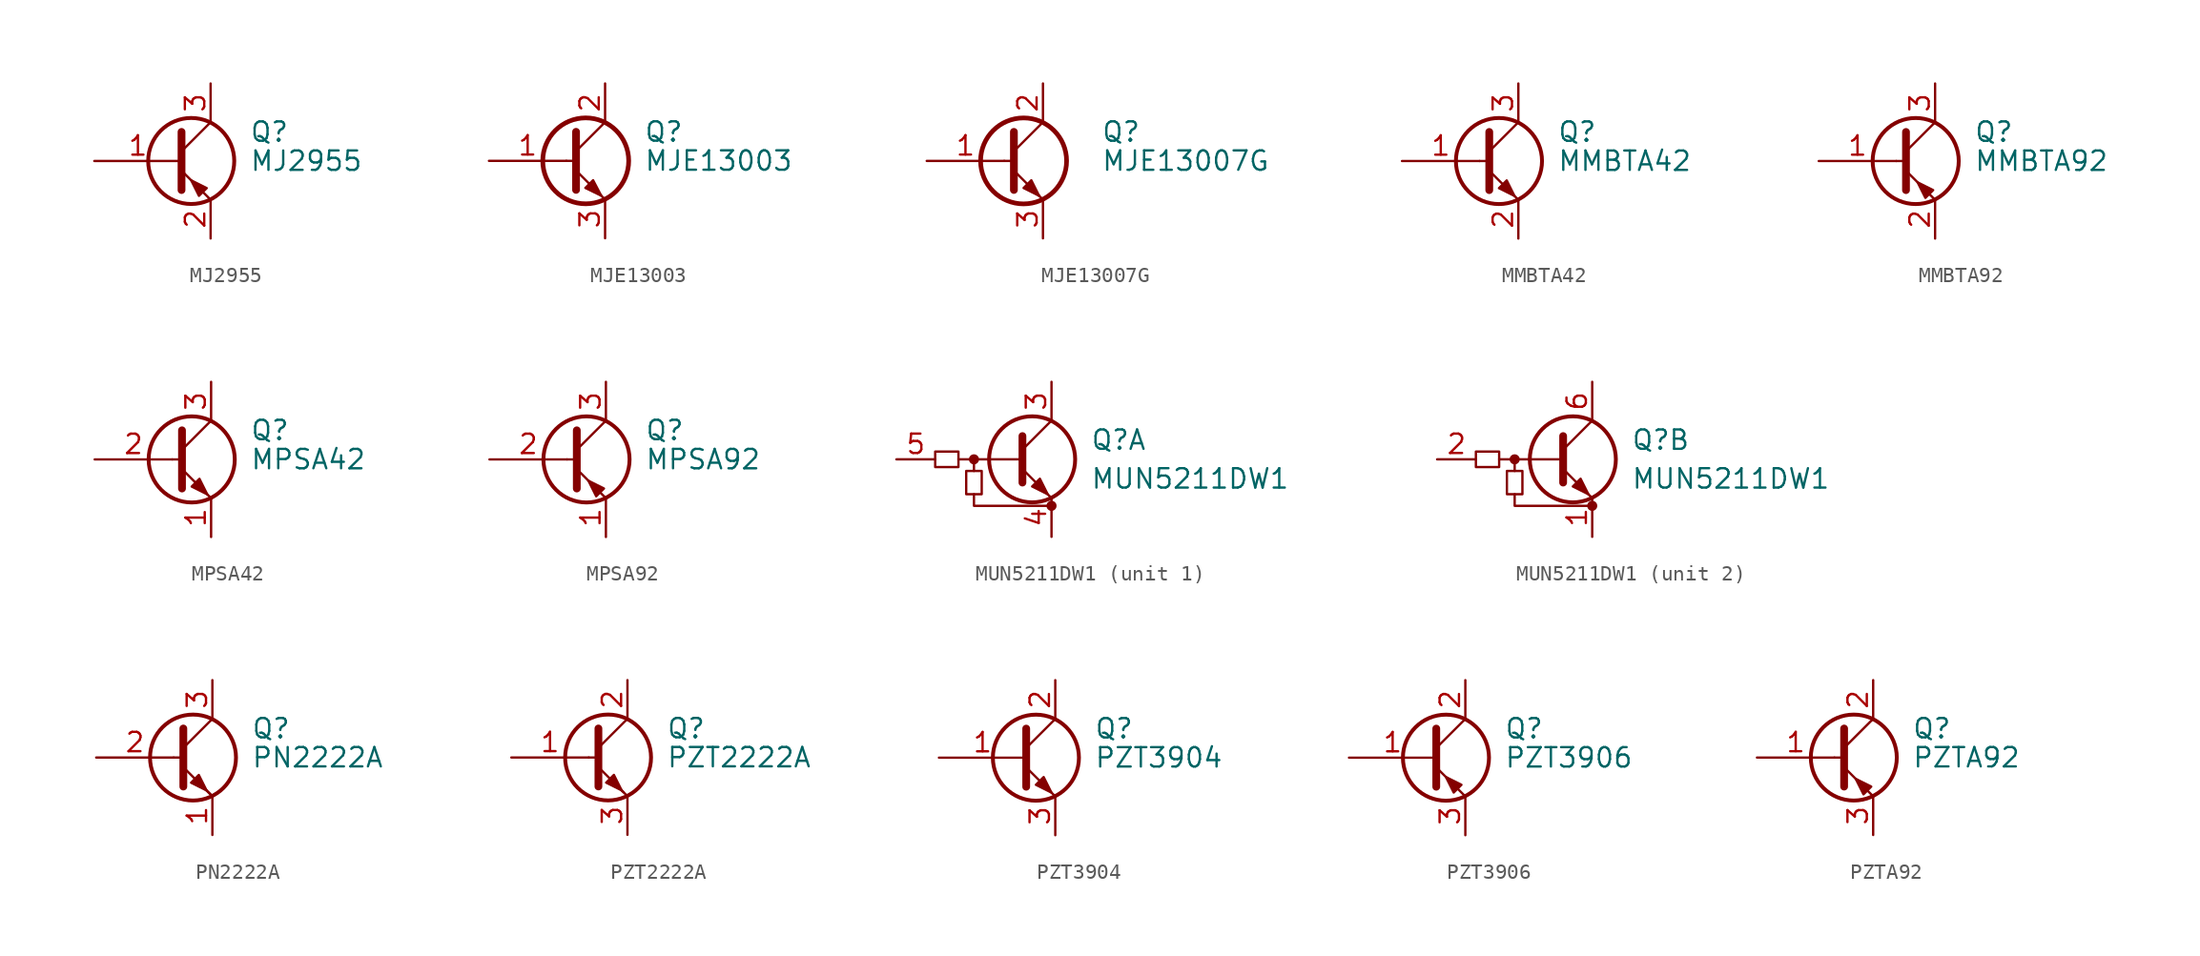
<source format=kicad_sym>
(kicad_symbol_lib
  (version 20201005)
  (generator kicad_symbol_editor)
  (symbol "Transistor_BJT:MJ2955"
    (pin_names
      (offset 0) hide)
    (property "Reference" "Q"
      (at 5.08 1.905 0)
      (effects (font (size 1.27 1.27)) (justify left)))
    (property "Value" "MJ2955"
      (at 5.08 0 0)
      (effects (font (size 1.27 1.27)) (justify left)))
    (symbol "MJ2955_0_1"
      (circle (center 1.27 0) (radius 2.819) (stroke (width 0.254)) (fill (type none)))
      (polyline (pts (xy 0.635 0.635) (xy 2.54 2.54)) (stroke (width 0)) (fill (type none)))
      (polyline (pts (xy 0.635 -0.635) (xy 2.54 -2.54) (xy 2.54 -2.54)) (stroke (width 0)) (fill (type none)))
      (polyline (pts (xy 0.635 1.905) (xy 0.635 -1.905) (xy 0.635 -1.905)) (stroke (width 0.508)) (fill (type none)))
      (polyline (pts (xy 2.286 -1.778) (xy 1.778 -2.286) (xy 1.27 -1.27) (xy 2.286 -1.778) (xy 2.286 -1.778)) (stroke (width 0)) (fill (type outline))))
    (symbol "MJ2955_1_1"
      (pin input line (at -5.08 0 0) (length 5.715) (name "B" (effects (font (size 1.27 1.27)))) (number "1" (effects (font (size 1.27 1.27)))))
      (pin passive line (at 2.54 -5.08 90) (length 2.54) (name "E" (effects (font (size 1.27 1.27)))) (number "2" (effects (font (size 1.27 1.27)))))
      (pin passive line (at 2.54 5.08 270) (length 2.54) (name "C" (effects (font (size 1.27 1.27)))) (number "3" (effects (font (size 1.27 1.27)))))))
  (symbol "Transistor_BJT:MJE13003"
    (pin_names
      (offset 0) hide)
    (property "Reference" "Q"
      (at 5.08 1.905 0)
      (effects (font (size 1.27 1.27)) (justify left)))
    (property "Value" "MJE13003"
      (at 5.08 0 0)
      (effects (font (size 1.27 1.27)) (justify left)))
    (symbol "MJE13003_0_1"
      (circle (center 1.27 0) (radius 2.819) (stroke (width 0.305)) (fill (type none)))
      (polyline (pts (xy 0 0) (xy 0.635 0)) (stroke (width 0)) (fill (type none)))
      (polyline (pts (xy 2.54 -2.54) (xy 0.635 -0.635)) (stroke (width 0)) (fill (type none)))
      (polyline (pts (xy 2.54 2.54) (xy 0.635 0.635)) (stroke (width 0)) (fill (type none)))
      (polyline (pts (xy 0.635 1.905) (xy 0.635 -1.905) (xy 0.635 -1.905)) (stroke (width 0.508)) (fill (type outline)))
      (polyline (pts (xy 1.245 -1.778) (xy 1.753 -1.27) (xy 2.286 -2.286) (xy 1.245 -1.778) (xy 1.245 -1.778)) (stroke (width 0)) (fill (type outline))))
    (symbol "MJE13003_1_1"
      (pin input line (at -5.08 0 0) (length 5.08) (name "B" (effects (font (size 1.27 1.27)))) (number "1" (effects (font (size 1.27 1.27)))))
      (pin passive line (at 2.54 5.08 270) (length 2.54) (name "C" (effects (font (size 1.27 1.27)))) (number "2" (effects (font (size 1.27 1.27)))))
      (pin passive line (at 2.54 -5.08 90) (length 2.54) (name "E" (effects (font (size 1.27 1.27)))) (number "3" (effects (font (size 1.27 1.27)))))))
  (symbol "Transistor_BJT:MJE13007G"
    (pin_names
      (offset 0) hide)
    (property "Reference" "Q"
      (at 6.35 1.905 0)
      (effects (font (size 1.27 1.27)) (justify left)))
    (property "Value" "MJE13007G"
      (at 6.35 0 0)
      (effects (font (size 1.27 1.27)) (justify left)))
    (symbol "MJE13007G_0_1"
      (circle (center 1.27 0) (radius 2.819) (stroke (width 0.305)) (fill (type none)))
      (polyline (pts (xy 0 0) (xy 0.635 0)) (stroke (width 0)) (fill (type none)))
      (polyline (pts (xy 2.54 2.54) (xy 0.635 0.635)) (stroke (width 0)) (fill (type none)))
      (polyline (pts (xy 0.635 1.905) (xy 0.635 -1.905) (xy 0.635 -1.905)) (stroke (width 0.508)) (fill (type none)))
      (polyline (pts (xy 2.286 -2.286) (xy 1.778 -1.778) (xy 1.778 -1.778)) (stroke (width 0)) (fill (type none)))
      (polyline (pts (xy 2.54 -2.54) (xy 0.635 -0.635) (xy 1.27 -1.27)) (stroke (width 0)) (fill (type outline)))
      (polyline (pts (xy 1.27 -1.778) (xy 1.778 -1.27) (xy 2.286 -2.286) (xy 1.27 -1.778) (xy 1.27 -1.778)) (stroke (width 0)) (fill (type outline))))
    (symbol "MJE13007G_1_1"
      (pin input line (at -5.08 0 0) (length 5.08) (name "B" (effects (font (size 1.27 1.27)))) (number "1" (effects (font (size 1.27 1.27)))))
      (pin passive line (at 2.54 5.08 270) (length 2.54) (name "C" (effects (font (size 1.27 1.27)))) (number "2" (effects (font (size 1.27 1.27)))))
      (pin passive line (at 2.54 -5.08 90) (length 2.54) (name "E" (effects (font (size 1.27 1.27)))) (number "3" (effects (font (size 1.27 1.27)))))))
  (symbol "Transistor_BJT:MMBTA42"
    (pin_names
      (offset 0) hide)
    (property "Reference" "Q"
      (at 5.08 1.905 0)
      (effects (font (size 1.27 1.27)) (justify left)))
    (property "Value" "MMBTA42"
      (at 5.08 0 0)
      (effects (font (size 1.27 1.27)) (justify left)))
    (symbol "MMBTA42_0_1"
      (circle (center 1.27 0) (radius 2.819) (stroke (width 0.254)) (fill (type none)))
      (polyline (pts (xy 0 0) (xy 0.635 0)) (stroke (width 0)) (fill (type none)))
      (polyline (pts (xy 0.635 0.635) (xy 2.54 2.54)) (stroke (width 0)) (fill (type none)))
      (polyline (pts (xy 0.635 -0.635) (xy 2.54 -2.54) (xy 2.54 -2.54)) (stroke (width 0)) (fill (type none)))
      (polyline (pts (xy 0.635 1.905) (xy 0.635 -1.905) (xy 0.635 -1.905)) (stroke (width 0.508)) (fill (type none)))
      (polyline (pts (xy 1.27 -1.778) (xy 1.778 -1.27) (xy 2.286 -2.286) (xy 1.27 -1.778) (xy 1.27 -1.778)) (stroke (width 0)) (fill (type outline))))
    (symbol "MMBTA42_1_1"
      (pin input line (at -5.08 0 0) (length 5.08) (name "B" (effects (font (size 1.27 1.27)))) (number "1" (effects (font (size 1.27 1.27)))))
      (pin passive line (at 2.54 -5.08 90) (length 2.54) (name "E" (effects (font (size 1.27 1.27)))) (number "2" (effects (font (size 1.27 1.27)))))
      (pin passive line (at 2.54 5.08 270) (length 2.54) (name "C" (effects (font (size 1.27 1.27)))) (number "3" (effects (font (size 1.27 1.27)))))))
  (symbol "Transistor_BJT:MMBTA92"
    (pin_names
      (offset 0) hide)
    (property "Reference" "Q"
      (at 5.08 1.905 0)
      (effects (font (size 1.27 1.27)) (justify left)))
    (property "Value" "MMBTA92"
      (at 5.08 0 0)
      (effects (font (size 1.27 1.27)) (justify left)))
    (symbol "MMBTA92_0_1"
      (circle (center 1.27 0) (radius 2.819) (stroke (width 0.254)) (fill (type none)))
      (polyline (pts (xy 0 0) (xy 0.635 0)) (stroke (width 0)) (fill (type none)))
      (polyline (pts (xy 2.54 -2.54) (xy 0.635 -0.635)) (stroke (width 0)) (fill (type none)))
      (polyline (pts (xy 2.54 2.54) (xy 0.635 0.635)) (stroke (width 0)) (fill (type none)))
      (polyline (pts (xy 0.635 1.905) (xy 0.635 -1.905) (xy 0.635 -1.905)) (stroke (width 0.508)) (fill (type outline)))
      (polyline (pts (xy 1.905 -2.413) (xy 2.413 -1.905) (xy 1.397 -1.397) (xy 1.905 -2.413) (xy 1.905 -2.413)) (stroke (width 0)) (fill (type outline))))
    (symbol "MMBTA92_1_1"
      (pin input line (at -5.08 0 0) (length 5.08) (name "B" (effects (font (size 1.27 1.27)))) (number "1" (effects (font (size 1.27 1.27)))))
      (pin passive line (at 2.54 -5.08 90) (length 2.54) (name "E" (effects (font (size 1.27 1.27)))) (number "2" (effects (font (size 1.27 1.27)))))
      (pin passive line (at 2.54 5.08 270) (length 2.54) (name "C" (effects (font (size 1.27 1.27)))) (number "3" (effects (font (size 1.27 1.27)))))))
  (symbol "Transistor_BJT:MPSA42"
    (pin_names
      (offset 1.016) hide)
    (property "Reference" "Q"
      (at 5.08 1.905 0)
      (effects (font (size 1.27 1.27)) (justify left)))
    (property "Value" "MPSA42"
      (at 5.08 0 0)
      (effects (font (size 1.27 1.27)) (justify left)))
    (symbol "MPSA42_0_1"
      (circle (center 1.27 0) (radius 2.819) (stroke (width 0.254)) (fill (type none)))
      (polyline (pts (xy 0 0) (xy 0.635 0)) (stroke (width 0)) (fill (type none)))
      (polyline (pts (xy 0.635 0.635) (xy 2.54 2.54)) (stroke (width 0)) (fill (type none)))
      (polyline (pts (xy 0.635 -0.635) (xy 2.54 -2.54) (xy 2.54 -2.54)) (stroke (width 0)) (fill (type none)))
      (polyline (pts (xy 0.635 1.905) (xy 0.635 -1.905) (xy 0.635 -1.905)) (stroke (width 0.508)) (fill (type none)))
      (polyline (pts (xy 1.27 -1.778) (xy 1.778 -1.27) (xy 2.286 -2.286) (xy 1.27 -1.778) (xy 1.27 -1.778)) (stroke (width 0)) (fill (type outline))))
    (symbol "MPSA42_1_1"
      (pin passive line (at 2.54 -5.08 90) (length 2.54) (name "E" (effects (font (size 1.27 1.27)))) (number "1" (effects (font (size 1.27 1.27)))))
      (pin input line (at -5.08 0 0) (length 5.08) (name "B" (effects (font (size 1.27 1.27)))) (number "2" (effects (font (size 1.27 1.27)))))
      (pin passive line (at 2.54 5.08 270) (length 2.54) (name "C" (effects (font (size 1.27 1.27)))) (number "3" (effects (font (size 1.27 1.27)))))))
  (symbol "Transistor_BJT:MPSA92"
    (pin_names
      (offset 1.016) hide)
    (property "Reference" "Q"
      (at 5.08 1.905 0)
      (effects (font (size 1.27 1.27)) (justify left)))
    (property "Value" "MPSA92"
      (at 5.08 0 0)
      (effects (font (size 1.27 1.27)) (justify left)))
    (symbol "MPSA92_0_1"
      (circle (center 1.27 0) (radius 2.819) (stroke (width 0.254)) (fill (type none)))
      (polyline (pts (xy 0 0) (xy 0.635 0)) (stroke (width 0)) (fill (type none)))
      (polyline (pts (xy 2.54 -2.54) (xy 0.635 -0.635)) (stroke (width 0)) (fill (type none)))
      (polyline (pts (xy 2.54 2.54) (xy 0.635 0.635)) (stroke (width 0)) (fill (type none)))
      (polyline (pts (xy 0.635 1.905) (xy 0.635 -1.905) (xy 0.635 -1.905)) (stroke (width 0.508)) (fill (type outline)))
      (polyline (pts (xy 1.905 -2.413) (xy 2.413 -1.905) (xy 1.397 -1.397) (xy 1.905 -2.413) (xy 1.905 -2.413)) (stroke (width 0)) (fill (type outline))))
    (symbol "MPSA92_1_1"
      (pin passive line (at 2.54 -5.08 90) (length 2.54) (name "E" (effects (font (size 1.27 1.27)))) (number "1" (effects (font (size 1.27 1.27)))))
      (pin input line (at -5.08 0 0) (length 5.08) (name "B" (effects (font (size 1.27 1.27)))) (number "2" (effects (font (size 1.27 1.27)))))
      (pin passive line (at 2.54 5.08 270) (length 2.54) (name "C" (effects (font (size 1.27 1.27)))) (number "3" (effects (font (size 1.27 1.27)))))))
  (symbol "Transistor_BJT:MUN5211DW1"
    (pin_names hide)
    (property "Reference" "Q"
      (at 3.81 1.27 0)
      (effects (font (size 1.27 1.27)) (justify left)))
    (property "Value" "MUN5211DW1"
      (at 3.81 -1.27 0)
      (effects (font (size 1.27 1.27)) (justify left)))
    (symbol "MUN5211DW1_0_1"
      (circle (center -3.81 0) (radius 0.254) (stroke (width 0)) (fill (type outline)))
      (circle (center 1.27 -3.048) (radius 0.254) (stroke (width 0)) (fill (type outline)))
      (rectangle (start -6.35 0.508) (end -4.826 -0.508) (stroke (width 0)) (fill (type none)))
      (rectangle (start -4.318 -2.286) (end -3.302 -0.762) (stroke (width 0)) (fill (type none)))
      (polyline (pts (xy -3.81 -0.762) (xy -3.81 0)) (stroke (width 0)) (fill (type none)))
      (polyline (pts (xy -0.762 0) (xy -4.826 0)) (stroke (width 0)) (fill (type none)))
      (polyline (pts (xy -0.635 1.524) (xy -0.635 -1.524)) (stroke (width 0.508)) (fill (type none)))
      (polyline (pts (xy -3.81 -2.286) (xy -3.81 -3.048) (xy 1.27 -3.048)) (stroke (width 0)) (fill (type none))))
    (symbol "MUN5211DW1_1_1"
      (circle (center 0 0) (radius 2.819) (stroke (width 0.254)) (fill (type none)))
      (polyline (pts (xy -0.635 0.635) (xy 1.27 2.54)) (stroke (width 0)) (fill (type none)))
      (polyline (pts (xy -0.635 -0.635) (xy 1.27 -2.54) (xy 1.27 -2.54)) (stroke (width 0)) (fill (type none)))
      (polyline (pts (xy 0 -1.778) (xy 0.508 -1.27) (xy 1.016 -2.286) (xy 0 -1.778) (xy 0 -1.778)) (stroke (width 0)) (fill (type outline)))
      (pin passive line (at 1.27 5.08 270) (length 2.54) (name "C1" (effects (font (size 1.27 1.27)))) (number "3" (effects (font (size 1.27 1.27)))))
      (pin passive line (at 1.27 -5.08 90) (length 2.54) (name "E1" (effects (font (size 1.27 1.27)))) (number "4" (effects (font (size 1.27 1.27)))))
      (pin input line (at -8.89 0 0) (length 2.54) (name "B1" (effects (font (size 1.27 1.27)))) (number "5" (effects (font (size 1.27 1.27))))))
    (symbol "MUN5211DW1_2_1"
      (circle (center 0 0) (radius 2.819) (stroke (width 0.254)) (fill (type none)))
      (polyline (pts (xy -0.635 0.635) (xy 1.27 2.54)) (stroke (width 0)) (fill (type none)))
      (polyline (pts (xy -0.635 -0.635) (xy 1.27 -2.54) (xy 1.27 -2.54)) (stroke (width 0)) (fill (type none)))
      (polyline (pts (xy 0 -1.778) (xy 0.508 -1.27) (xy 1.016 -2.286) (xy 0 -1.778) (xy 0 -1.778)) (stroke (width 0)) (fill (type outline)))
      (pin passive line (at 1.27 -5.08 90) (length 2.54) (name "E2" (effects (font (size 1.27 1.27)))) (number "1" (effects (font (size 1.27 1.27)))))
      (pin input line (at -8.89 0 0) (length 2.54) (name "B2" (effects (font (size 1.27 1.27)))) (number "2" (effects (font (size 1.27 1.27)))))
      (pin passive line (at 1.27 5.08 270) (length 2.54) (name "C2" (effects (font (size 1.27 1.27)))) (number "6" (effects (font (size 1.27 1.27)))))))
  (symbol "Transistor_BJT:PN2222A"
    (pin_names
      (offset 0) hide)
    (property "Reference" "Q"
      (at 5.08 1.905 0)
      (effects (font (size 1.27 1.27)) (justify left)))
    (property "Value" "PN2222A"
      (at 5.08 0 0)
      (effects (font (size 1.27 1.27)) (justify left)))
    (symbol "PN2222A_0_1"
      (circle (center 1.27 0) (radius 2.819) (stroke (width 0.254)) (fill (type none)))
      (polyline (pts (xy 0 0) (xy 0.635 0)) (stroke (width 0)) (fill (type none)))
      (polyline (pts (xy 2.54 -2.54) (xy 0.635 -0.635)) (stroke (width 0)) (fill (type none)))
      (polyline (pts (xy 2.54 2.54) (xy 0.635 0.635)) (stroke (width 0)) (fill (type none)))
      (polyline (pts (xy 0.635 1.905) (xy 0.635 -1.905) (xy 0.635 -1.905)) (stroke (width 0.508)) (fill (type none)))
      (polyline (pts (xy 2.413 -2.413) (xy 1.905 -1.905) (xy 1.905 -1.905)) (stroke (width 0)) (fill (type none)))
      (polyline (pts (xy 1.143 -1.651) (xy 1.651 -1.143) (xy 2.159 -2.159) (xy 1.143 -1.651) (xy 1.143 -1.651)) (stroke (width 0)) (fill (type outline))))
    (symbol "PN2222A_1_1"
      (pin passive line (at 2.54 -5.08 90) (length 2.54) (name "E" (effects (font (size 1.27 1.27)))) (number "1" (effects (font (size 1.27 1.27)))))
      (pin input line (at -5.08 0 0) (length 5.08) (name "B" (effects (font (size 1.27 1.27)))) (number "2" (effects (font (size 1.27 1.27)))))
      (pin passive line (at 2.54 5.08 270) (length 2.54) (name "C" (effects (font (size 1.27 1.27)))) (number "3" (effects (font (size 1.27 1.27)))))))
  (symbol "Transistor_BJT:PZT2222A"
    (pin_names
      (offset 0) hide)
    (property "Reference" "Q"
      (at 5.08 1.905 0)
      (effects (font (size 1.27 1.27)) (justify left)))
    (property "Value" "PZT2222A"
      (at 5.08 0 0)
      (effects (font (size 1.27 1.27)) (justify left)))
    (symbol "PZT2222A_0_1"
      (circle (center 1.27 0) (radius 2.819) (stroke (width 0.254)) (fill (type none)))
      (polyline (pts (xy 0 0) (xy 0.635 0)) (stroke (width 0)) (fill (type none)))
      (polyline (pts (xy 2.54 -2.54) (xy 0.635 -0.635)) (stroke (width 0)) (fill (type none)))
      (polyline (pts (xy 2.54 2.54) (xy 0.635 0.635)) (stroke (width 0)) (fill (type none)))
      (polyline (pts (xy 0.635 1.905) (xy 0.635 -1.905) (xy 0.635 -1.905)) (stroke (width 0.508)) (fill (type none)))
      (polyline (pts (xy 2.286 -2.286) (xy 1.778 -1.778) (xy 1.778 -1.778)) (stroke (width 0)) (fill (type none)))
      (polyline (pts (xy 1.143 -1.651) (xy 1.651 -1.143) (xy 2.159 -2.159) (xy 1.143 -1.651) (xy 1.143 -1.651)) (stroke (width 0)) (fill (type outline))))
    (symbol "PZT2222A_1_1"
      (pin input line (at -5.08 0 0) (length 5.08) (name "B" (effects (font (size 1.27 1.27)))) (number "1" (effects (font (size 1.27 1.27)))))
      (pin passive line (at 2.54 5.08 270) (length 2.54) (name "C" (effects (font (size 1.27 1.27)))) (number "2" (effects (font (size 1.27 1.27)))))
      (pin passive line (at 2.54 -5.08 90) (length 2.54) (name "E" (effects (font (size 1.27 1.27)))) (number "3" (effects (font (size 1.27 1.27)))))))
  (symbol "Transistor_BJT:PZT3904"
    (pin_names
      (offset 0) hide)
    (property "Reference" "Q"
      (at 5.08 1.905 0)
      (effects (font (size 1.27 1.27)) (justify left)))
    (property "Value" "PZT3904"
      (at 5.08 0 0)
      (effects (font (size 1.27 1.27)) (justify left)))
    (symbol "PZT3904_0_1"
      (circle (center 1.27 0) (radius 2.819) (stroke (width 0.254)) (fill (type none)))
      (polyline (pts (xy 0.635 0.635) (xy 2.54 2.54)) (stroke (width 0)) (fill (type none)))
      (polyline (pts (xy 0.635 -0.635) (xy 2.54 -2.54) (xy 2.54 -2.54)) (stroke (width 0)) (fill (type none)))
      (polyline (pts (xy 0.635 1.905) (xy 0.635 -1.905) (xy 0.635 -1.905)) (stroke (width 0.508)) (fill (type none)))
      (polyline (pts (xy 1.27 -1.778) (xy 1.778 -1.27) (xy 2.286 -2.286) (xy 1.27 -1.778) (xy 1.27 -1.778)) (stroke (width 0)) (fill (type outline))))
    (symbol "PZT3904_1_1"
      (pin input line (at -5.08 0 0) (length 5.715) (name "B" (effects (font (size 1.27 1.27)))) (number "1" (effects (font (size 1.27 1.27)))))
      (pin passive line (at 2.54 5.08 270) (length 2.54) (name "C" (effects (font (size 1.27 1.27)))) (number "2" (effects (font (size 1.27 1.27)))))
      (pin passive line (at 2.54 -5.08 90) (length 2.54) (name "E" (effects (font (size 1.27 1.27)))) (number "3" (effects (font (size 1.27 1.27)))))
      (pin passive line (at 2.54 5.08 270) (length 2.54) hide (name "C" (effects (font (size 1.27 1.27)))) (number "4" (effects (font (size 1.27 1.27)))))))
  (symbol "Transistor_BJT:PZT3906"
    (pin_names
      (offset 0) hide)
    (property "Reference" "Q"
      (at 5.08 1.905 0)
      (effects (font (size 1.27 1.27)) (justify left)))
    (property "Value" "PZT3906"
      (at 5.08 0 0)
      (effects (font (size 1.27 1.27)) (justify left)))
    (symbol "PZT3906_0_1"
      (circle (center 1.27 0) (radius 2.819) (stroke (width 0.254)) (fill (type none)))
      (polyline (pts (xy 0.635 0.635) (xy 2.54 2.54)) (stroke (width 0)) (fill (type none)))
      (polyline (pts (xy 0.635 -0.635) (xy 2.54 -2.54) (xy 2.54 -2.54)) (stroke (width 0)) (fill (type none)))
      (polyline (pts (xy 0.635 1.905) (xy 0.635 -1.905) (xy 0.635 -1.905)) (stroke (width 0.508)) (fill (type none)))
      (polyline (pts (xy 2.286 -1.778) (xy 1.778 -2.286) (xy 1.27 -1.27) (xy 2.286 -1.778) (xy 2.286 -1.778)) (stroke (width 0)) (fill (type outline))))
    (symbol "PZT3906_1_1"
      (pin input line (at -5.08 0 0) (length 5.715) (name "B" (effects (font (size 1.27 1.27)))) (number "1" (effects (font (size 1.27 1.27)))))
      (pin passive line (at 2.54 5.08 270) (length 2.54) (name "C" (effects (font (size 1.27 1.27)))) (number "2" (effects (font (size 1.27 1.27)))))
      (pin passive line (at 2.54 -5.08 90) (length 2.54) (name "E" (effects (font (size 1.27 1.27)))) (number "3" (effects (font (size 1.27 1.27)))))
      (pin passive line (at 2.54 5.08 270) (length 2.54) hide (name "C" (effects (font (size 1.27 1.27)))) (number "4" (effects (font (size 1.27 1.27)))))))
  (symbol "Transistor_BJT:PZTA92"
    (pin_names
      (offset 0) hide)
    (property "Reference" "Q"
      (at 5.08 1.905 0)
      (effects (font (size 1.27 1.27)) (justify left)))
    (property "Value" "PZTA92"
      (at 5.08 0 0)
      (effects (font (size 1.27 1.27)) (justify left)))
    (symbol "PZTA92_0_1"
      (circle (center 1.27 0) (radius 2.819) (stroke (width 0.254)) (fill (type none)))
      (polyline (pts (xy 0 0) (xy 0.635 0)) (stroke (width 0)) (fill (type none)))
      (polyline (pts (xy 2.54 -2.54) (xy 0.635 -0.635)) (stroke (width 0)) (fill (type none)))
      (polyline (pts (xy 2.54 2.54) (xy 0.635 0.635)) (stroke (width 0)) (fill (type none)))
      (polyline (pts (xy 0.635 1.905) (xy 0.635 -1.905) (xy 0.635 -1.905)) (stroke (width 0.508)) (fill (type outline)))
      (polyline (pts (xy 1.905 -2.413) (xy 2.413 -1.905) (xy 1.397 -1.397) (xy 1.905 -2.413) (xy 1.905 -2.413)) (stroke (width 0)) (fill (type outline))))
    (symbol "PZTA92_1_1"
      (pin input line (at -5.08 0 0) (length 5.08) (name "B" (effects (font (size 1.27 1.27)))) (number "1" (effects (font (size 1.27 1.27)))))
      (pin passive line (at 2.54 5.08 270) (length 2.54) (name "C" (effects (font (size 1.27 1.27)))) (number "2" (effects (font (size 1.27 1.27)))))
      (pin passive line (at 2.54 -5.08 90) (length 2.54) (name "E" (effects (font (size 1.27 1.27)))) (number "3" (effects (font (size 1.27 1.27))))))))
</source>
